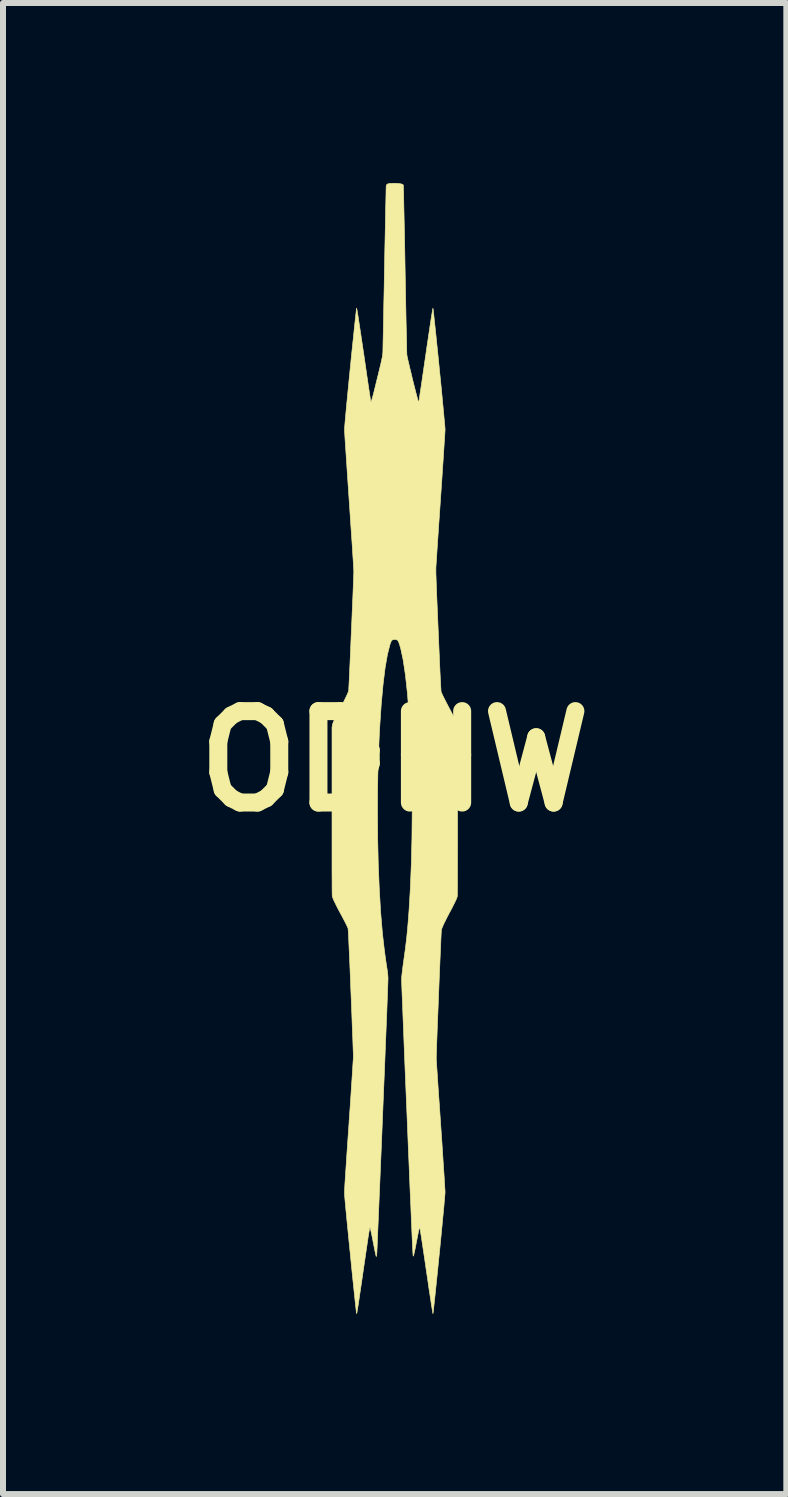
<source format=kicad_pcb>
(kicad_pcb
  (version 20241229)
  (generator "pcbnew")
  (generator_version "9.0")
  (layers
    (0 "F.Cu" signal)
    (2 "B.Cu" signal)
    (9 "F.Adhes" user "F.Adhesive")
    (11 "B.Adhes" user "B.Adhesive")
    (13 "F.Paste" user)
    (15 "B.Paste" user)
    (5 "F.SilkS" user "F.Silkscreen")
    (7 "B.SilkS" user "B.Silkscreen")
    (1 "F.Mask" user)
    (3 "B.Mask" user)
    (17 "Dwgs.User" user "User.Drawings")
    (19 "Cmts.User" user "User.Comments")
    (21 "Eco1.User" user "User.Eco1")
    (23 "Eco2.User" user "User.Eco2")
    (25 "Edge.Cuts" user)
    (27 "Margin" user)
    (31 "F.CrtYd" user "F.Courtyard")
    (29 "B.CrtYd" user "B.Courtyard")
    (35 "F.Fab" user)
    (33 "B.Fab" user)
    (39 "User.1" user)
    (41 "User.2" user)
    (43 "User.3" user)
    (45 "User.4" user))
  (footprint "ODHW"
    (layer "F.Cu")
    (at 3.527 9.635)
    (property "Reference" "ODHW" (at 0 0 0) (layer "F.SilkS") (effects (font (size 1.524 1.524) (thickness 0.3))))
    (attr through_hole)
    (fp_poly (pts (xy 0.032 -9.629) (xy 0.06 -9.627) (xy 0.086 -9.624) (xy 0.108 -9.62) (xy 0.125 -9.615) (xy 0.137 -9.609) (xy 0.143 -9.602) (xy 0.144 -9.601) (xy 0.146 -9.559) (xy 0.149 -9.453) (xy 0.152 -9.287) (xy 0.157 -9.065) (xy 0.163 -8.794) (xy 0.169 -8.478) (xy 0.174 -8.189) (xy 0.18 -7.885) (xy 0.185 -7.602) (xy 0.19 -7.349) (xy 0.195 -7.132) (xy 0.199 -6.96) (xy 0.201 -6.839) (xy 0.203 -6.778) (xy 0.203 -6.772) (xy 0.208 -6.747) (xy 0.217 -6.702) (xy 0.232 -6.64) (xy 0.249 -6.565) (xy 0.27 -6.481) (xy 0.291 -6.392) (xy 0.313 -6.302) (xy 0.335 -6.216) (xy 0.355 -6.137) (xy 0.373 -6.07) (xy 0.387 -6.017) (xy 0.396 -5.984) (xy 0.4 -5.975) (xy 0.4 -5.975) (xy 0.404 -5.998) (xy 0.413 -6.056) (xy 0.426 -6.146) (xy 0.444 -6.262) (xy 0.464 -6.401) (xy 0.487 -6.558) (xy 0.512 -6.728) (xy 0.518 -6.77) (xy 0.543 -6.943) (xy 0.567 -7.102) (xy 0.588 -7.244) (xy 0.606 -7.364) (xy 0.621 -7.457) (xy 0.632 -7.52) (xy 0.637 -7.548) (xy 0.638 -7.549) (xy 0.642 -7.525) (xy 0.65 -7.456) (xy 0.661 -7.35) (xy 0.676 -7.212) (xy 0.693 -7.05) (xy 0.711 -6.87) (xy 0.731 -6.678) (xy 0.75 -6.482) (xy 0.77 -6.287) (xy 0.788 -6.102) (xy 0.804 -5.931) (xy 0.818 -5.782) (xy 0.829 -5.661) (xy 0.837 -5.575) (xy 0.84 -5.53) (xy 0.84 -5.528) (xy 0.838 -5.486) (xy 0.832 -5.392) (xy 0.823 -5.254) (xy 0.812 -5.079) (xy 0.798 -4.873) (xy 0.783 -4.644) (xy 0.766 -4.398) (xy 0.765 -4.382) (xy 0.748 -4.134) (xy 0.732 -3.902) (xy 0.718 -3.693) (xy 0.706 -3.514) (xy 0.697 -3.371) (xy 0.69 -3.273) (xy 0.687 -3.225) (xy 0.687 -3.225) (xy 0.687 -3.192) (xy 0.687 -3.137) (xy 0.69 -3.055) (xy 0.694 -2.937) (xy 0.7 -2.778) (xy 0.709 -2.57) (xy 0.72 -2.308) (xy 0.726 -2.172) (xy 0.737 -1.911) (xy 0.747 -1.677) (xy 0.756 -1.478) (xy 0.764 -1.321) (xy 0.77 -1.213) (xy 0.773 -1.163) (xy 0.773 -1.16) (xy 0.778 -1.146) (xy 0.789 -1.122) (xy 0.805 -1.087) (xy 0.826 -1.045) (xy 0.851 -0.997) (xy 0.878 -0.944) (xy 0.907 -0.888) (xy 0.911 -0.882) (xy 0.945 -0.818) (xy 0.974 -0.76) (xy 1 -0.708) (xy 1.02 -0.663) (xy 1.034 -0.628) (xy 1.043 -0.603) (xy 1.045 -0.592) (xy 1.045 -0.548) (xy 1.046 -0.441) (xy 1.047 -0.279) (xy 1.047 -0.071) (xy 1.047 0.177) (xy 1.048 0.456) (xy 1.048 0.758) (xy 1.048 0.834) (xy 1.048 1.191) (xy 1.048 1.485) (xy 1.047 1.72) (xy 1.047 1.903) (xy 1.046 2.041) (xy 1.046 2.139) (xy 1.045 2.203) (xy 1.044 2.241) (xy 1.043 2.255) (xy 1.038 2.271) (xy 1.028 2.297) (xy 1.012 2.333) (xy 0.991 2.375) (xy 0.967 2.424) (xy 0.94 2.476) (xy 0.911 2.529) (xy 0.879 2.59) (xy 0.851 2.646) (xy 0.826 2.696) (xy 0.806 2.74) (xy 0.791 2.776) (xy 0.781 2.802) (xy 0.779 2.813) (xy 0.776 2.858) (xy 0.771 2.958) (xy 0.765 3.104) (xy 0.757 3.285) (xy 0.748 3.493) (xy 0.739 3.717) (xy 0.73 3.949) (xy 0.721 4.178) (xy 0.712 4.394) (xy 0.705 4.589) (xy 0.699 4.752) (xy 0.695 4.873) (xy 0.693 4.944) (xy 0.693 4.957) (xy 0.695 4.996) (xy 0.701 5.085) (xy 0.71 5.219) (xy 0.721 5.391) (xy 0.735 5.594) (xy 0.751 5.821) (xy 0.767 6.06) (xy 0.784 6.304) (xy 0.799 6.532) (xy 0.812 6.737) (xy 0.824 6.912) (xy 0.832 7.05) (xy 0.838 7.143) (xy 0.84 7.185) (xy 0.837 7.224) (xy 0.83 7.306) (xy 0.82 7.423) (xy 0.806 7.569) (xy 0.79 7.738) (xy 0.772 7.923) (xy 0.753 8.117) (xy 0.733 8.313) (xy 0.714 8.506) (xy 0.695 8.688) (xy 0.678 8.853) (xy 0.663 8.994) (xy 0.651 9.104) (xy 0.643 9.177) (xy 0.638 9.207) (xy 0.638 9.207) (xy 0.634 9.188) (xy 0.625 9.133) (xy 0.611 9.047) (xy 0.594 8.933) (xy 0.573 8.798) (xy 0.551 8.645) (xy 0.527 8.484) (xy 0.503 8.318) (xy 0.48 8.165) (xy 0.46 8.031) (xy 0.443 7.918) (xy 0.429 7.833) (xy 0.42 7.779) (xy 0.416 7.761) (xy 0.411 7.777) (xy 0.401 7.822) (xy 0.387 7.888) (xy 0.371 7.971) (xy 0.363 8.01) (xy 0.346 8.102) (xy 0.33 8.176) (xy 0.318 8.227) (xy 0.311 8.248) (xy 0.31 8.248) (xy 0.308 8.239) (xy 0.305 8.211) (xy 0.302 8.162) (xy 0.298 8.087) (xy 0.293 7.981) (xy 0.287 7.841) (xy 0.279 7.662) (xy 0.27 7.439) (xy 0.258 7.169) (xy 0.245 6.847) (xy 0.229 6.469) (xy 0.211 6.031) (xy 0.208 5.954) (xy 0.192 5.573) (xy 0.177 5.211) (xy 0.163 4.872) (xy 0.151 4.562) (xy 0.14 4.287) (xy 0.131 4.052) (xy 0.123 3.862) (xy 0.118 3.723) (xy 0.116 3.639) (xy 0.115 3.617) (xy 0.119 3.576) (xy 0.127 3.506) (xy 0.138 3.417) (xy 0.149 3.338) (xy 0.179 3.122) (xy 0.203 2.918) (xy 0.222 2.713) (xy 0.239 2.493) (xy 0.254 2.245) (xy 0.262 2.104) (xy 0.278 1.698) (xy 0.288 1.279) (xy 0.292 0.854) (xy 0.289 0.43) (xy 0.279 0.014) (xy 0.264 -0.387) (xy 0.242 -0.765) (xy 0.214 -1.113) (xy 0.212 -1.136) (xy 0.179 -1.439) (xy 0.142 -1.685) (xy 0.101 -1.877) (xy 0.081 -1.946) (xy 0.069 -1.979) (xy 0.058 -2.003) (xy 0.046 -2.017) (xy 0.032 -2.025) (xy 0.012 -2.028) (xy 0.002 -2.028) (xy -0.02 -2.027) (xy -0.037 -2.021) (xy -0.05 -2.01) (xy -0.061 -1.991) (xy -0.072 -1.962) (xy -0.078 -1.946) (xy -0.121 -1.776) (xy -0.16 -1.551) (xy -0.194 -1.272) (xy -0.224 -0.945) (xy -0.249 -0.571) (xy -0.256 -0.441) (xy -0.27 -0.116) (xy -0.28 0.193) (xy -0.285 0.51) (xy -0.286 0.847) (xy -0.283 1.299) (xy -0.273 1.73) (xy -0.256 2.135) (xy -0.234 2.512) (xy -0.206 2.847) (xy -0.193 2.965) (xy -0.177 3.103) (xy -0.159 3.243) (xy -0.141 3.371) (xy -0.126 3.468) (xy -0.124 3.478) (xy -0.116 3.54) (xy -0.111 3.606) (xy -0.111 3.616) (xy -0.112 3.662) (xy -0.116 3.77) (xy -0.122 3.935) (xy -0.13 4.155) (xy -0.141 4.426) (xy -0.154 4.743) (xy -0.168 5.105) (xy -0.185 5.506) (xy -0.201 5.901) (xy -0.216 6.276) (xy -0.231 6.634) (xy -0.245 6.968) (xy -0.258 7.273) (xy -0.269 7.544) (xy -0.279 7.774) (xy -0.287 7.959) (xy -0.292 8.092) (xy -0.296 8.169) (xy -0.296 8.185) (xy -0.302 8.241) (xy -0.307 8.255) (xy -0.312 8.239) (xy -0.322 8.194) (xy -0.336 8.128) (xy -0.352 8.045) (xy -0.36 8.005) (xy -0.381 7.897) (xy -0.397 7.821) (xy -0.408 7.778) (xy -0.414 7.77) (xy -0.419 7.794) (xy -0.429 7.852) (xy -0.443 7.939) (xy -0.459 8.05) (xy -0.478 8.177) (xy -0.49 8.26) (xy -0.523 8.485) (xy -0.55 8.672) (xy -0.573 8.826) (xy -0.591 8.948) (xy -0.605 9.042) (xy -0.616 9.112) (xy -0.624 9.16) (xy -0.629 9.19) (xy -0.633 9.205) (xy -0.634 9.207) (xy -0.638 9.183) (xy -0.646 9.114) (xy -0.658 9.006) (xy -0.673 8.864) (xy -0.691 8.694) (xy -0.711 8.5) (xy -0.732 8.289) (xy -0.736 8.247) (xy -0.758 8.031) (xy -0.778 7.829) (xy -0.796 7.647) (xy -0.811 7.49) (xy -0.823 7.364) (xy -0.831 7.275) (xy -0.834 7.228) (xy -0.835 7.225) (xy -0.835 7.204) (xy -0.835 7.183) (xy -0.835 7.156) (xy -0.833 7.117) (xy -0.83 7.06) (xy -0.825 6.98) (xy -0.818 6.87) (xy -0.808 6.726) (xy -0.796 6.542) (xy -0.78 6.311) (xy -0.76 6.028) (xy -0.759 6.002) (xy -0.742 5.761) (xy -0.727 5.538) (xy -0.714 5.338) (xy -0.703 5.17) (xy -0.695 5.039) (xy -0.689 4.953) (xy -0.688 4.92) (xy -0.689 4.875) (xy -0.693 4.774) (xy -0.698 4.624) (xy -0.706 4.433) (xy -0.714 4.211) (xy -0.724 3.964) (xy -0.729 3.842) (xy -0.741 3.537) (xy -0.751 3.292) (xy -0.76 3.102) (xy -0.766 2.962) (xy -0.771 2.866) (xy -0.775 2.809) (xy -0.777 2.785) (xy -0.783 2.772) (xy -0.794 2.747) (xy -0.81 2.714) (xy -0.831 2.672) (xy -0.856 2.625) (xy -0.883 2.574) (xy -0.91 2.524) (xy -0.939 2.47) (xy -0.966 2.418) (xy -0.989 2.37) (xy -1.01 2.328) (xy -1.025 2.293) (xy -1.035 2.268) (xy -1.039 2.254) (xy -1.041 2.232) (xy -1.042 2.184) (xy -1.043 2.106) (xy -1.043 1.99) (xy -1.044 1.83) (xy -1.044 1.622) (xy -1.044 1.358) (xy -1.044 1.033) (xy -1.044 0.826) (xy -1.044 -0.563) (xy -1.036 -0.612) (xy -1.031 -0.629) (xy -1.02 -0.657) (xy -1.003 -0.694) (xy -0.982 -0.738) (xy -0.957 -0.787) (xy -0.93 -0.84) (xy -0.9 -0.896) (xy -0.9 -0.897) (xy -0.87 -0.952) (xy -0.843 -1.004) (xy -0.819 -1.053) (xy -0.798 -1.096) (xy -0.782 -1.132) (xy -0.771 -1.16) (xy -0.766 -1.176) (xy -0.766 -1.177) (xy -0.764 -1.22) (xy -0.759 -1.319) (xy -0.752 -1.462) (xy -0.744 -1.641) (xy -0.735 -1.844) (xy -0.726 -2.063) (xy -0.716 -2.286) (xy -0.707 -2.504) (xy -0.698 -2.707) (xy -0.691 -2.885) (xy -0.686 -3.027) (xy -0.682 -3.124) (xy -0.681 -3.164) (xy -0.683 -3.204) (xy -0.688 -3.296) (xy -0.697 -3.432) (xy -0.708 -3.606) (xy -0.722 -3.812) (xy -0.738 -4.042) (xy -0.754 -4.29) (xy -0.757 -4.329) (xy -0.774 -4.58) (xy -0.79 -4.814) (xy -0.804 -5.026) (xy -0.816 -5.208) (xy -0.826 -5.353) (xy -0.832 -5.455) (xy -0.835 -5.506) (xy -0.835 -5.509) (xy -0.835 -5.538) (xy -0.832 -5.586) (xy -0.826 -5.657) (xy -0.817 -5.757) (xy -0.805 -5.888) (xy -0.789 -6.055) (xy -0.769 -6.262) (xy -0.744 -6.514) (xy -0.739 -6.564) (xy -0.714 -6.813) (xy -0.691 -7.032) (xy -0.672 -7.217) (xy -0.656 -7.365) (xy -0.644 -7.472) (xy -0.637 -7.534) (xy -0.634 -7.549) (xy -0.629 -7.53) (xy -0.62 -7.475) (xy -0.606 -7.388) (xy -0.589 -7.274) (xy -0.568 -7.138) (xy -0.545 -6.983) (xy -0.52 -6.815) (xy -0.517 -6.797) (xy -0.492 -6.625) (xy -0.469 -6.466) (xy -0.448 -6.322) (xy -0.43 -6.2) (xy -0.415 -6.103) (xy -0.405 -6.036) (xy -0.4 -6.004) (xy -0.4 -6.003) (xy -0.397 -5.993) (xy -0.392 -5.995) (xy -0.385 -6.01) (xy -0.376 -6.04) (xy -0.362 -6.089) (xy -0.344 -6.159) (xy -0.321 -6.252) (xy -0.305 -6.319) (xy -0.275 -6.438) (xy -0.252 -6.533) (xy -0.234 -6.608) (xy -0.221 -6.667) (xy -0.211 -6.712) (xy -0.204 -6.748) (xy -0.2 -6.776) (xy -0.198 -6.801) (xy -0.196 -6.825) (xy -0.196 -6.841) (xy -0.195 -6.891) (xy -0.193 -7.001) (xy -0.189 -7.165) (xy -0.185 -7.374) (xy -0.181 -7.62) (xy -0.175 -7.895) (xy -0.17 -8.191) (xy -0.169 -8.221) (xy -0.164 -8.517) (xy -0.158 -8.793) (xy -0.153 -9.04) (xy -0.149 -9.25) (xy -0.145 -9.415) (xy -0.143 -9.528) (xy -0.141 -9.58) (xy -0.141 -9.581) (xy -0.139 -9.594) (xy -0.134 -9.605) (xy -0.127 -9.613) (xy -0.116 -9.619) (xy -0.101 -9.624) (xy -0.082 -9.627) (xy -0.057 -9.629) (xy -0.025 -9.63) (xy 0.001 -9.63) (xy 0.032 -9.629)) (stroke (width 0.01) (type solid)) (fill yes) (layer "F.SilkS")))
  (gr_rect
    (start -3 -3)
    (end 10.054 21.848)
    (stroke (width 0.1) (type default))
    (fill no)
    (layer "Edge.Cuts")))
</source>
